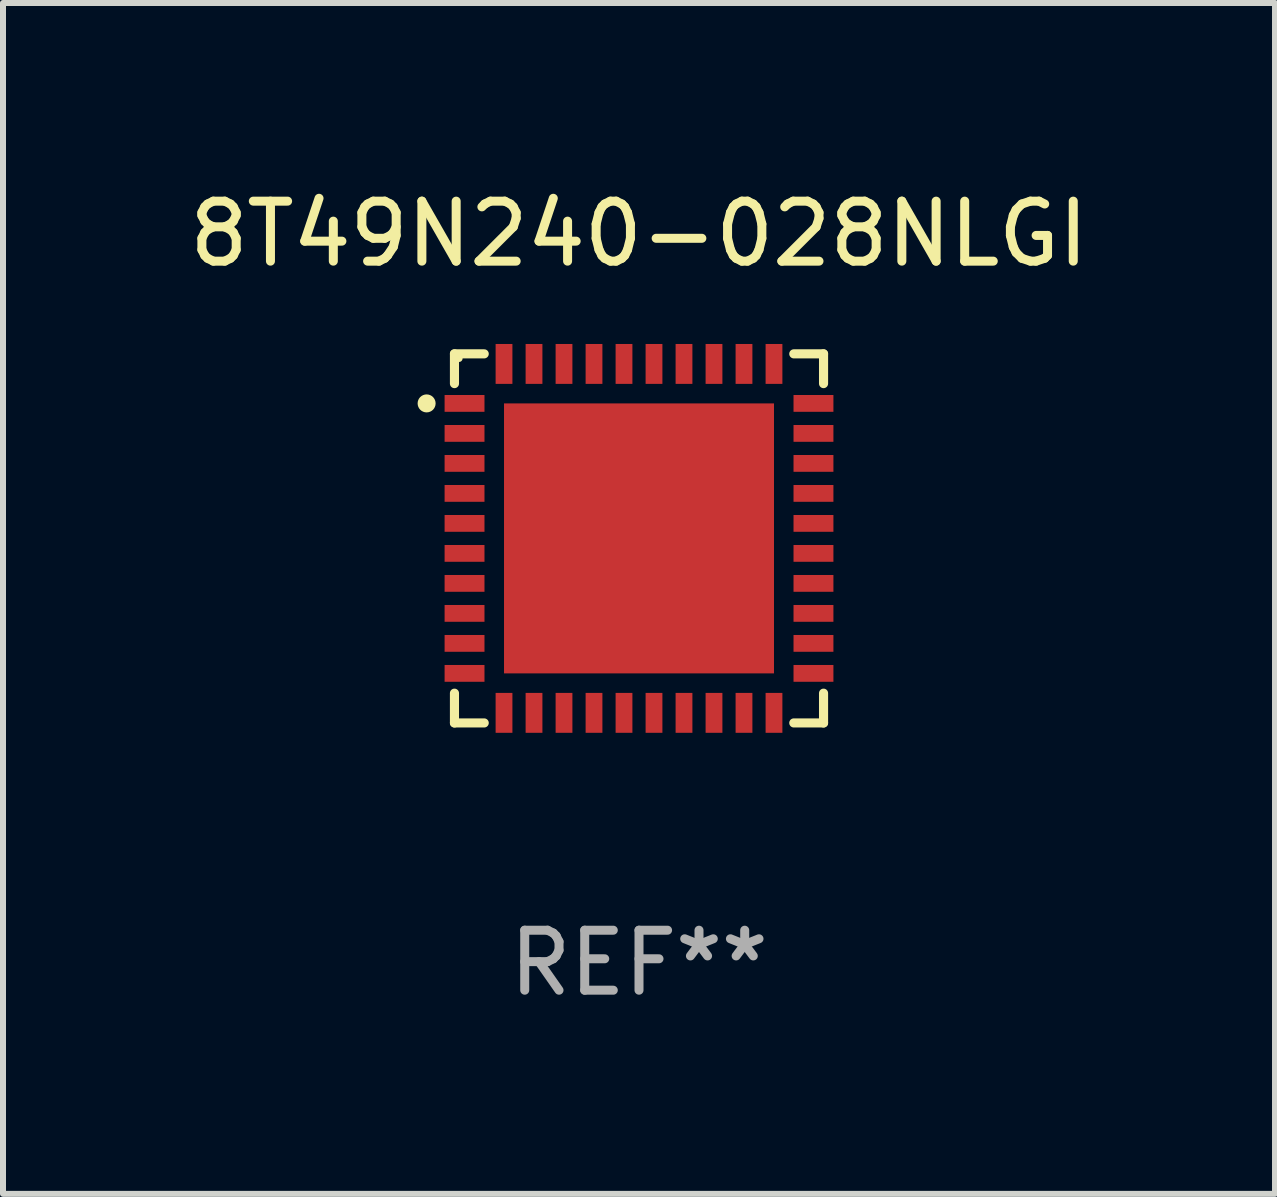
<source format=kicad_pcb>
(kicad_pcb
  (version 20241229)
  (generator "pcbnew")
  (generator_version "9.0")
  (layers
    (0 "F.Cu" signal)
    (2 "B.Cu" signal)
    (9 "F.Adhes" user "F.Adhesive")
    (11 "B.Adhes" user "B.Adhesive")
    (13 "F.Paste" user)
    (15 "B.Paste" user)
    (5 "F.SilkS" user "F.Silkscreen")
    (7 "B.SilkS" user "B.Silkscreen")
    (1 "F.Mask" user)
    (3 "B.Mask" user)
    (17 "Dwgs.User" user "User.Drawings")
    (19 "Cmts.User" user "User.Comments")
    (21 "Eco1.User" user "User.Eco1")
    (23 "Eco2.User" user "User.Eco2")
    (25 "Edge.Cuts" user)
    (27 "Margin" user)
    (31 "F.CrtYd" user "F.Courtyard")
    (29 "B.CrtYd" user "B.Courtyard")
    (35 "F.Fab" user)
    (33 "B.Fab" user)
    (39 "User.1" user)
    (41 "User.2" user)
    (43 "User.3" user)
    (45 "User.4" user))
  (footprint "8T49N240-028NLGI"
    (layer "F.Cu")
    (at 7.601 5.924)
    (property "Reference" "8T49N240-028NLGI" (at 0 -5.076 0) (layer "F.SilkS") (effects (font (size 1 1) (thickness 0.15))))
    (attr through_hole)
    (fp_line (start -3.076 -3.076) (end -3.076 -2.58) (stroke (width 0.152) (type solid)) (layer "F.SilkS"))
    (fp_line (start -3.076 3.076) (end -3.076 2.58) (stroke (width 0.152) (type solid)) (layer "F.SilkS"))
    (fp_line (start -2.58 -3.076) (end -3.076 -3.076) (stroke (width 0.152) (type solid)) (layer "F.SilkS"))
    (fp_line (start -2.58 3.076) (end -3.076 3.076) (stroke (width 0.152) (type solid)) (layer "F.SilkS"))
    (fp_line (start 2.58 -3.076) (end 3.076 -3.076) (stroke (width 0.152) (type solid)) (layer "F.SilkS"))
    (fp_line (start 2.58 3.076) (end 3.076 3.076) (stroke (width 0.152) (type solid)) (layer "F.SilkS"))
    (fp_line (start 3.076 -3.076) (end 3.076 -2.58) (stroke (width 0.152) (type solid)) (layer "F.SilkS"))
    (fp_line (start 3.076 3.076) (end 3.076 2.58) (stroke (width 0.152) (type solid)) (layer "F.SilkS"))
    (fp_circle (center -3.54 -2.25) (end -3.465 -2.25) (stroke (width 0.15) (type solid)) (fill no) (layer "F.SilkS"))
    (fp_circle (center -3 -3) (end -2.97 -3) (stroke (width 0.06) (type solid)) (fill no) (layer "F.SilkS"))
    (fp_text user "REF**" (at 0 7.076 0) (layer "F.Fab") (effects (font (size 1 1) (thickness 0.15))))
    (pad "1" smd rect (at -2.908 -2.25) (size 0.665 0.28) (layers "F.Cu" "F.Mask" "F.Paste"))
    (pad "2" smd rect (at -2.908 -1.75) (size 0.665 0.28) (layers "F.Cu" "F.Mask" "F.Paste"))
    (pad "3" smd rect (at -2.908 -1.25) (size 0.665 0.28) (layers "F.Cu" "F.Mask" "F.Paste"))
    (pad "4" smd rect (at -2.908 -0.75) (size 0.665 0.28) (layers "F.Cu" "F.Mask" "F.Paste"))
    (pad "5" smd rect (at -2.908 -0.25) (size 0.665 0.28) (layers "F.Cu" "F.Mask" "F.Paste"))
    (pad "6" smd rect (at -2.908 0.25) (size 0.665 0.28) (layers "F.Cu" "F.Mask" "F.Paste"))
    (pad "7" smd rect (at -2.908 0.75) (size 0.665 0.28) (layers "F.Cu" "F.Mask" "F.Paste"))
    (pad "8" smd rect (at -2.908 1.25) (size 0.665 0.28) (layers "F.Cu" "F.Mask" "F.Paste"))
    (pad "9" smd rect (at -2.908 1.75) (size 0.665 0.28) (layers "F.Cu" "F.Mask" "F.Paste"))
    (pad "10" smd rect (at -2.908 2.25) (size 0.665 0.28) (layers "F.Cu" "F.Mask" "F.Paste"))
    (pad "11" smd rect (at -2.25 2.908) (size 0.28 0.665) (layers "F.Cu" "F.Mask" "F.Paste"))
    (pad "12" smd rect (at -1.75 2.908) (size 0.28 0.665) (layers "F.Cu" "F.Mask" "F.Paste"))
    (pad "13" smd rect (at -1.25 2.908) (size 0.28 0.665) (layers "F.Cu" "F.Mask" "F.Paste"))
    (pad "14" smd rect (at -0.75 2.908) (size 0.28 0.665) (layers "F.Cu" "F.Mask" "F.Paste"))
    (pad "15" smd rect (at -0.25 2.908) (size 0.28 0.665) (layers "F.Cu" "F.Mask" "F.Paste"))
    (pad "16" smd rect (at 0.25 2.908) (size 0.28 0.665) (layers "F.Cu" "F.Mask" "F.Paste"))
    (pad "17" smd rect (at 0.75 2.908) (size 0.28 0.665) (layers "F.Cu" "F.Mask" "F.Paste"))
    (pad "18" smd rect (at 1.25 2.908) (size 0.28 0.665) (layers "F.Cu" "F.Mask" "F.Paste"))
    (pad "19" smd rect (at 1.75 2.908) (size 0.28 0.665) (layers "F.Cu" "F.Mask" "F.Paste"))
    (pad "20" smd rect (at 2.25 2.908) (size 0.28 0.665) (layers "F.Cu" "F.Mask" "F.Paste"))
    (pad "21" smd rect (at 2.908 2.25) (size 0.665 0.28) (layers "F.Cu" "F.Mask" "F.Paste"))
    (pad "22" smd rect (at 2.908 1.75) (size 0.665 0.28) (layers "F.Cu" "F.Mask" "F.Paste"))
    (pad "23" smd rect (at 2.908 1.25) (size 0.665 0.28) (layers "F.Cu" "F.Mask" "F.Paste"))
    (pad "24" smd rect (at 2.908 0.75) (size 0.665 0.28) (layers "F.Cu" "F.Mask" "F.Paste"))
    (pad "25" smd rect (at 2.908 0.25) (size 0.665 0.28) (layers "F.Cu" "F.Mask" "F.Paste"))
    (pad "26" smd rect (at 2.908 -0.25) (size 0.665 0.28) (layers "F.Cu" "F.Mask" "F.Paste"))
    (pad "27" smd rect (at 2.908 -0.75) (size 0.665 0.28) (layers "F.Cu" "F.Mask" "F.Paste"))
    (pad "28" smd rect (at 2.908 -1.25) (size 0.665 0.28) (layers "F.Cu" "F.Mask" "F.Paste"))
    (pad "29" smd rect (at 2.908 -1.75) (size 0.665 0.28) (layers "F.Cu" "F.Mask" "F.Paste"))
    (pad "30" smd rect (at 2.908 -2.25) (size 0.665 0.28) (layers "F.Cu" "F.Mask" "F.Paste"))
    (pad "31" smd rect (at 2.25 -2.908) (size 0.28 0.665) (layers "F.Cu" "F.Mask" "F.Paste"))
    (pad "32" smd rect (at 1.75 -2.908) (size 0.28 0.665) (layers "F.Cu" "F.Mask" "F.Paste"))
    (pad "33" smd rect (at 1.25 -2.908) (size 0.28 0.665) (layers "F.Cu" "F.Mask" "F.Paste"))
    (pad "34" smd rect (at 0.75 -2.908) (size 0.28 0.665) (layers "F.Cu" "F.Mask" "F.Paste"))
    (pad "35" smd rect (at 0.25 -2.908) (size 0.28 0.665) (layers "F.Cu" "F.Mask" "F.Paste"))
    (pad "36" smd rect (at -0.25 -2.908) (size 0.28 0.665) (layers "F.Cu" "F.Mask" "F.Paste"))
    (pad "37" smd rect (at -0.75 -2.908) (size 0.28 0.665) (layers "F.Cu" "F.Mask" "F.Paste"))
    (pad "38" smd rect (at -1.25 -2.908) (size 0.28 0.665) (layers "F.Cu" "F.Mask" "F.Paste"))
    (pad "39" smd rect (at -1.75 -2.908) (size 0.28 0.665) (layers "F.Cu" "F.Mask" "F.Paste"))
    (pad "40" smd rect (at -2.25 -2.908) (size 0.28 0.665) (layers "F.Cu" "F.Mask" "F.Paste"))
    (pad "41" smd rect (at 0 0) (size 4.5 4.5) (layers "F.Cu" "F.Mask" "F.Paste")))
  (gr_rect
    (start -3 -3)
    (end 18.202 16.849)
    (stroke (width 0.1) (type default))
    (fill no)
    (layer "Edge.Cuts")))
</source>
